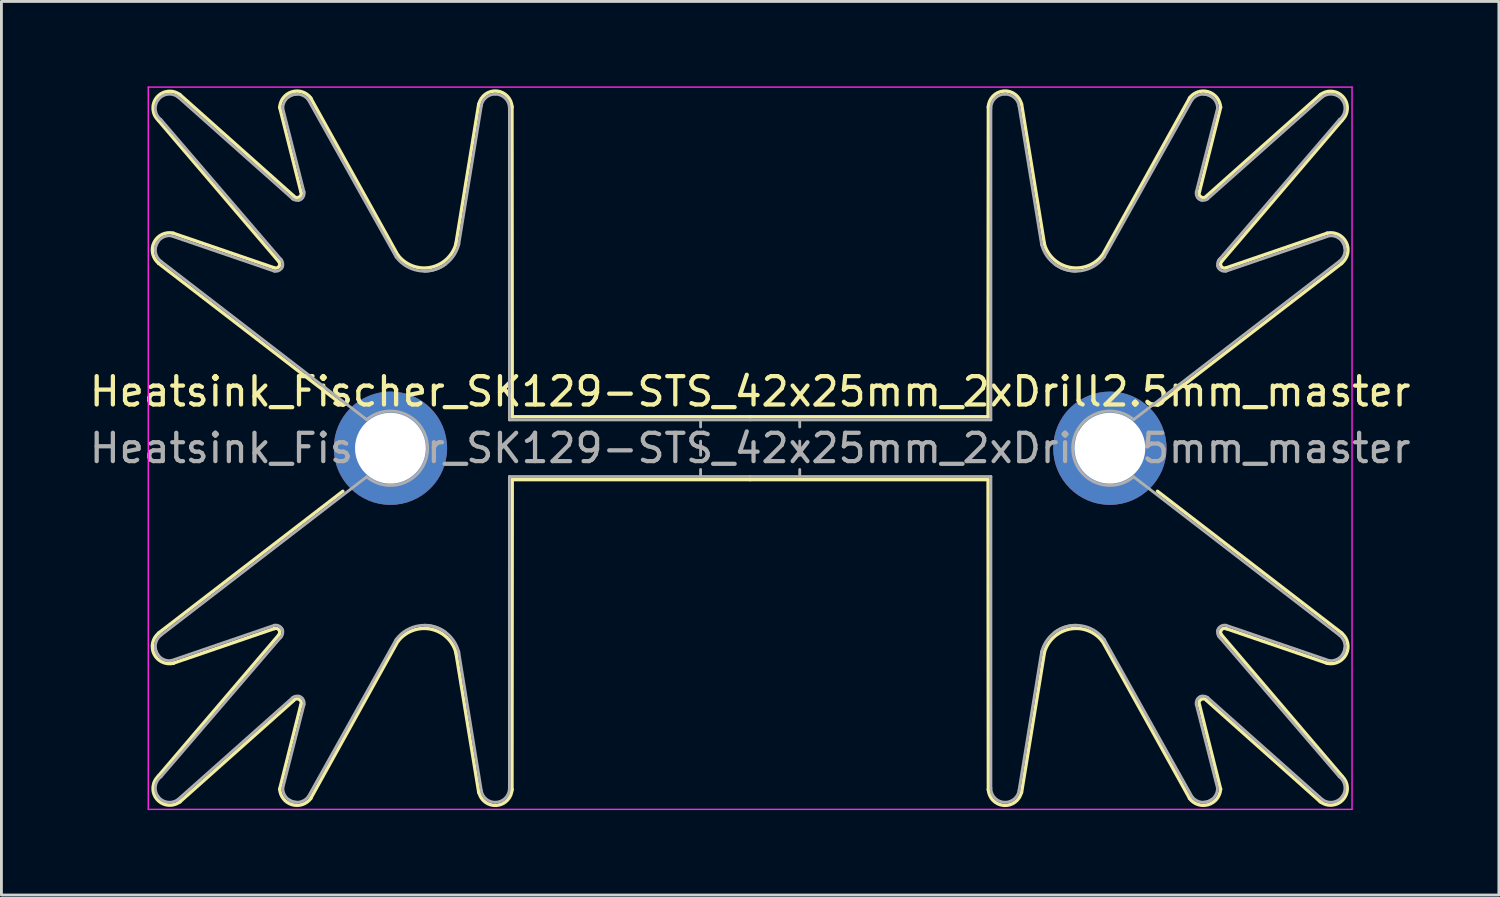
<source format=kicad_pcb>
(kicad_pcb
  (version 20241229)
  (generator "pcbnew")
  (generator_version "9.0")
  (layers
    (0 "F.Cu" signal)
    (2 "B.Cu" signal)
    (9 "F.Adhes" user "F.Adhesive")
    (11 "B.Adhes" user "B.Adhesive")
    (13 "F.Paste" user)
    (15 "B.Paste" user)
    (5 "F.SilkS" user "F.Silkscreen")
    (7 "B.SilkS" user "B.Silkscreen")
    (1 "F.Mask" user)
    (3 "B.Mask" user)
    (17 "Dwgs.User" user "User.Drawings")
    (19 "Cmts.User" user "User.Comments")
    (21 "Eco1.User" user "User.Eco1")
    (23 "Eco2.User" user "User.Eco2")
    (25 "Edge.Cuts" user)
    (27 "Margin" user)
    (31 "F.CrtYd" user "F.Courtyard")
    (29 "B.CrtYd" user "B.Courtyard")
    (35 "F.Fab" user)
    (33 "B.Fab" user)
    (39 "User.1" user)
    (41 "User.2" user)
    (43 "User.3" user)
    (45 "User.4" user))
  (footprint "Heatsink_Fischer_SK129-STS_42x25mm_2xDrill2.5mm_master"
    (layer "F.Cu")
    (at 23.435 12.775)
    (property "Reference" "Heatsink_Fischer_SK129-STS_42x25mm_2xDrill2.5mm_master" (at 0 -2 0) (layer "F.SilkS") (effects (font (size 1 1) (thickness 0.15))))
    (attr through_hole)
    (fp_line (start -20.89 -11.57) (end -16.64 -6.59) (stroke (width 0.12) (type solid)) (layer "F.SilkS"))
    (fp_line (start -20.89 -6.53) (end -14.38 -1.52) (stroke (width 0.12) (type solid)) (layer "F.SilkS"))
    (fp_line (start -20.89 6.53) (end -14.38 1.52) (stroke (width 0.12) (type solid)) (layer "F.SilkS"))
    (fp_line (start -20.89 11.57) (end -16.64 6.59) (stroke (width 0.12) (type solid)) (layer "F.SilkS"))
    (fp_line (start -16.81 -6.37) (end -20.37 -7.59) (stroke (width 0.12) (type solid)) (layer "F.SilkS"))
    (fp_line (start -16.81 6.37) (end -20.37 7.59) (stroke (width 0.12) (type solid)) (layer "F.SilkS"))
    (fp_line (start -16.61 -12.04) (end -15.86 -9.05) (stroke (width 0.12) (type solid)) (layer "F.SilkS"))
    (fp_line (start -16.61 12.04) (end -15.86 9.05) (stroke (width 0.12) (type solid)) (layer "F.SilkS"))
    (fp_line (start -16.11 -8.9) (end -20.14 -12.49) (stroke (width 0.12) (type solid)) (layer "F.SilkS"))
    (fp_line (start -16.11 8.9) (end -20.14 12.49) (stroke (width 0.12) (type solid)) (layer "F.SilkS"))
    (fp_line (start -12.43 -6.8) (end -15.52 -12.37) (stroke (width 0.12) (type solid)) (layer "F.SilkS"))
    (fp_line (start -12.43 6.8) (end -15.52 12.37) (stroke (width 0.12) (type solid)) (layer "F.SilkS"))
    (fp_line (start -9.58 -12.16) (end -10.39 -7.2) (stroke (width 0.12) (type solid)) (layer "F.SilkS"))
    (fp_line (start -9.58 12.16) (end -10.39 7.2) (stroke (width 0.12) (type solid)) (layer "F.SilkS"))
    (fp_line (start -8.41 -12.07) (end -8.4 -1.11) (stroke (width 0.12) (type solid)) (layer "F.SilkS"))
    (fp_line (start -8.41 12.07) (end -8.4 1.11) (stroke (width 0.12) (type solid)) (layer "F.SilkS"))
    (fp_line (start -8.4 -1.11) (end 0 -1.11) (stroke (width 0.12) (type solid)) (layer "F.SilkS"))
    (fp_line (start -8.4 1.11) (end 0 1.11) (stroke (width 0.12) (type solid)) (layer "F.SilkS"))
    (fp_line (start 8.4 -1.11) (end 0 -1.11) (stroke (width 0.12) (type solid)) (layer "F.SilkS"))
    (fp_line (start 8.4 1.11) (end 0 1.11) (stroke (width 0.12) (type solid)) (layer "F.SilkS"))
    (fp_line (start 8.41 -12.07) (end 8.4 -1.11) (stroke (width 0.12) (type solid)) (layer "F.SilkS"))
    (fp_line (start 8.41 12.07) (end 8.4 1.11) (stroke (width 0.12) (type solid)) (layer "F.SilkS"))
    (fp_line (start 9.58 -12.16) (end 10.39 -7.2) (stroke (width 0.12) (type solid)) (layer "F.SilkS"))
    (fp_line (start 9.58 12.16) (end 10.39 7.2) (stroke (width 0.12) (type solid)) (layer "F.SilkS"))
    (fp_line (start 12.43 -6.8) (end 15.52 -12.37) (stroke (width 0.12) (type solid)) (layer "F.SilkS"))
    (fp_line (start 12.43 6.8) (end 15.52 12.37) (stroke (width 0.12) (type solid)) (layer "F.SilkS"))
    (fp_line (start 16.11 -8.9) (end 20.14 -12.49) (stroke (width 0.12) (type solid)) (layer "F.SilkS"))
    (fp_line (start 16.11 8.9) (end 20.14 12.49) (stroke (width 0.12) (type solid)) (layer "F.SilkS"))
    (fp_line (start 16.61 -12.04) (end 15.86 -9.05) (stroke (width 0.12) (type solid)) (layer "F.SilkS"))
    (fp_line (start 16.61 12.04) (end 15.86 9.05) (stroke (width 0.12) (type solid)) (layer "F.SilkS"))
    (fp_line (start 16.81 -6.37) (end 20.37 -7.59) (stroke (width 0.12) (type solid)) (layer "F.SilkS"))
    (fp_line (start 16.81 6.37) (end 20.37 7.59) (stroke (width 0.12) (type solid)) (layer "F.SilkS"))
    (fp_line (start 20.89 -11.57) (end 16.64 -6.59) (stroke (width 0.12) (type solid)) (layer "F.SilkS"))
    (fp_line (start 20.89 -6.53) (end 14.38 -1.52) (stroke (width 0.12) (type solid)) (layer "F.SilkS"))
    (fp_line (start 20.89 6.53) (end 14.38 1.52) (stroke (width 0.12) (type solid)) (layer "F.SilkS"))
    (fp_line (start 20.89 11.57) (end 16.64 6.59) (stroke (width 0.12) (type solid)) (layer "F.SilkS"))
    (fp_arc (start -20.883567 -11.569995) (mid -20.940157 -12.391914) (end -20.12 -12.47) (stroke (width 0.12) (type solid)) (layer "F.SilkS"))
    (fp_arc (start -20.88201 -6.529077) (mid -21.044088 -7.26771) (end -20.36 -7.59) (stroke (width 0.12) (type solid)) (layer "F.SilkS"))
    (fp_arc (start -20.36 7.59) (mid -21.044305 7.267269) (end -20.881246 6.528459) (stroke (width 0.12) (type solid)) (layer "F.SilkS"))
    (fp_arc (start -20.12 12.47) (mid -20.940246 12.391809) (end -20.883361 11.56981) (stroke (width 0.12) (type solid)) (layer "F.SilkS"))
    (fp_arc (start -16.81 6.37) (mid -16.635916 6.413485) (end -16.641006 6.592846) (stroke (width 0.12) (type solid)) (layer "F.SilkS"))
    (fp_arc (start -16.641005 -6.592844) (mid -16.635917 -6.413484) (end -16.81 -6.37) (stroke (width 0.12) (type solid)) (layer "F.SilkS"))
    (fp_arc (start -16.607253 -12.030714) (mid -16.174769 -12.58237) (end -15.51 -12.36) (stroke (width 0.12) (type solid)) (layer "F.SilkS"))
    (fp_arc (start -16.11 8.89) (mid -15.907388 8.875008) (end -15.862738 9.073206) (stroke (width 0.12) (type solid)) (layer "F.SilkS"))
    (fp_arc (start -15.862646 -9.073033) (mid -15.907467 -8.87495) (end -16.11 -8.89) (stroke (width 0.12) (type solid)) (layer "F.SilkS"))
    (fp_arc (start -15.51 12.36) (mid -16.175176 12.582248) (end -16.607296 12.029866) (stroke (width 0.12) (type solid)) (layer "F.SilkS"))
    (fp_arc (start -12.43 6.81) (mid -11.270695 6.386526) (end -10.37849 7.239338) (stroke (width 0.12) (type solid)) (layer "F.SilkS"))
    (fp_arc (start -10.378725 -7.238423) (mid -11.271157 -6.386429) (end -12.43 -6.81) (stroke (width 0.12) (type solid)) (layer "F.SilkS"))
    (fp_arc (start -9.578367 -12.138285) (mid -8.950514 -12.608261) (end -8.41 -12.04) (stroke (width 0.12) (type solid)) (layer "F.SilkS"))
    (fp_arc (start -8.41 12.04) (mid -8.950833 12.608288) (end -9.578495 12.137659) (stroke (width 0.12) (type solid)) (layer "F.SilkS"))
    (fp_arc (start 8.41 -12.04) (mid 8.950833 -12.608288) (end 9.578495 -12.137659) (stroke (width 0.12) (type solid)) (layer "F.SilkS"))
    (fp_arc (start 9.578367 12.138285) (mid 8.950514 12.608261) (end 8.41 12.04) (stroke (width 0.12) (type solid)) (layer "F.SilkS"))
    (fp_arc (start 10.378725 7.238423) (mid 11.271157 6.386429) (end 12.43 6.81) (stroke (width 0.12) (type solid)) (layer "F.SilkS"))
    (fp_arc (start 12.43 -6.81) (mid 11.270695 -6.386526) (end 10.37849 -7.239338) (stroke (width 0.12) (type solid)) (layer "F.SilkS"))
    (fp_arc (start 15.51 -12.36) (mid 16.175176 -12.582248) (end 16.607296 -12.029866) (stroke (width 0.12) (type solid)) (layer "F.SilkS"))
    (fp_arc (start 15.862646 9.073033) (mid 15.907467 8.87495) (end 16.11 8.89) (stroke (width 0.12) (type solid)) (layer "F.SilkS"))
    (fp_arc (start 16.11 -8.89) (mid 15.907388 -8.875008) (end 15.862738 -9.073206) (stroke (width 0.12) (type solid)) (layer "F.SilkS"))
    (fp_arc (start 16.607253 12.030714) (mid 16.174769 12.58237) (end 15.51 12.36) (stroke (width 0.12) (type solid)) (layer "F.SilkS"))
    (fp_arc (start 16.641005 6.592844) (mid 16.635917 6.413484) (end 16.81 6.37) (stroke (width 0.12) (type solid)) (layer "F.SilkS"))
    (fp_arc (start 16.81 -6.37) (mid 16.635916 -6.413485) (end 16.641006 -6.592846) (stroke (width 0.12) (type solid)) (layer "F.SilkS"))
    (fp_arc (start 20.12 -12.47) (mid 20.940246 -12.391809) (end 20.883361 -11.56981) (stroke (width 0.12) (type solid)) (layer "F.SilkS"))
    (fp_arc (start 20.36 -7.59) (mid 21.044305 -7.267269) (end 20.881246 -6.528459) (stroke (width 0.12) (type solid)) (layer "F.SilkS"))
    (fp_arc (start 20.88201 6.529077) (mid 21.044088 7.26771) (end 20.36 7.59) (stroke (width 0.12) (type solid)) (layer "F.SilkS"))
    (fp_arc (start 20.883567 11.569995) (mid 20.940157 12.391914) (end 20.12 12.47) (stroke (width 0.12) (type solid)) (layer "F.SilkS"))
    (fp_line (start -21.25 -12.75) (end -21.25 12.75) (stroke (width 0.05) (type solid)) (layer "F.CrtYd"))
    (fp_line (start -21.25 -12.75) (end 21.25 -12.75) (stroke (width 0.05) (type solid)) (layer "F.CrtYd"))
    (fp_line (start 21.25 12.75) (end -21.25 12.75) (stroke (width 0.05) (type solid)) (layer "F.CrtYd"))
    (fp_line (start 21.25 12.75) (end 21.25 -12.75) (stroke (width 0.05) (type solid)) (layer "F.CrtYd"))
    (fp_line (start -20.8 -6.6) (end -13.54 -1.01) (stroke (width 0.1) (type solid)) (layer "F.Fab"))
    (fp_line (start -20.8 6.6) (end -13.54 1.01) (stroke (width 0.1) (type solid)) (layer "F.Fab"))
    (fp_line (start -16.8 -6.25) (end -20.45 -7.5) (stroke (width 0.1) (type solid)) (layer "F.Fab"))
    (fp_line (start -16.8 6.25) (end -20.45 7.5) (stroke (width 0.1) (type solid)) (layer "F.Fab"))
    (fp_line (start -16.55 -6.65) (end -20.8 -11.6) (stroke (width 0.1) (type solid)) (layer "F.Fab"))
    (fp_line (start -16.55 6.65) (end -20.8 11.6) (stroke (width 0.1) (type solid)) (layer "F.Fab"))
    (fp_line (start -16.5 -12) (end -15.75 -9.05) (stroke (width 0.1) (type solid)) (layer "F.Fab"))
    (fp_line (start -16.5 12) (end -15.75 9.05) (stroke (width 0.1) (type solid)) (layer "F.Fab"))
    (fp_line (start -16.15 -8.8) (end -20.2 -12.4) (stroke (width 0.1) (type solid)) (layer "F.Fab"))
    (fp_line (start -16.15 8.8) (end -20.2 12.4) (stroke (width 0.1) (type solid)) (layer "F.Fab"))
    (fp_line (start -12.5 -6.75) (end -15.6 -12.3) (stroke (width 0.1) (type solid)) (layer "F.Fab"))
    (fp_line (start -12.5 6.75) (end -15.6 12.3) (stroke (width 0.1) (type solid)) (layer "F.Fab"))
    (fp_line (start -9.49 -12.09) (end -10.29 -7.18) (stroke (width 0.1) (type solid)) (layer "F.Fab"))
    (fp_line (start -9.49 12.09) (end -10.29 7.18) (stroke (width 0.1) (type solid)) (layer "F.Fab"))
    (fp_line (start -8.5 -12) (end -8.5 -1) (stroke (width 0.1) (type solid)) (layer "F.Fab"))
    (fp_line (start -8.5 12) (end -8.5 1) (stroke (width 0.1) (type solid)) (layer "F.Fab"))
    (fp_line (start -1.75 -1) (end -1.75 -0.75) (stroke (width 0.1) (type solid)) (layer "F.Fab"))
    (fp_line (start -1.75 -0.25) (end -1.75 0.25) (stroke (width 0.1) (type solid)) (layer "F.Fab"))
    (fp_line (start -1.75 1) (end -1.75 0.75) (stroke (width 0.1) (type solid)) (layer "F.Fab"))
    (fp_line (start 0 -1) (end -8.5 -1) (stroke (width 0.1) (type solid)) (layer "F.Fab"))
    (fp_line (start 0 -1) (end 8.5 -1) (stroke (width 0.1) (type solid)) (layer "F.Fab"))
    (fp_line (start 0 1) (end -8.5 1) (stroke (width 0.1) (type solid)) (layer "F.Fab"))
    (fp_line (start 0 1) (end 8.5 1) (stroke (width 0.1) (type solid)) (layer "F.Fab"))
    (fp_line (start 1.75 -1) (end 1.75 -0.75) (stroke (width 0.1) (type solid)) (layer "F.Fab"))
    (fp_line (start 1.75 -0.25) (end 1.75 0.25) (stroke (width 0.1) (type solid)) (layer "F.Fab"))
    (fp_line (start 1.75 0.75) (end 1.75 1) (stroke (width 0.1) (type solid)) (layer "F.Fab"))
    (fp_line (start 8.5 -12) (end 8.5 -1) (stroke (width 0.1) (type solid)) (layer "F.Fab"))
    (fp_line (start 8.5 12) (end 8.5 1) (stroke (width 0.1) (type solid)) (layer "F.Fab"))
    (fp_line (start 9.49 -12.09) (end 10.29 -7.18) (stroke (width 0.1) (type solid)) (layer "F.Fab"))
    (fp_line (start 9.49 12.09) (end 10.29 7.18) (stroke (width 0.1) (type solid)) (layer "F.Fab"))
    (fp_line (start 12.5 -6.75) (end 15.6 -12.3) (stroke (width 0.1) (type solid)) (layer "F.Fab"))
    (fp_line (start 12.5 6.75) (end 15.6 12.3) (stroke (width 0.1) (type solid)) (layer "F.Fab"))
    (fp_line (start 16.15 -8.8) (end 20.2 -12.4) (stroke (width 0.1) (type solid)) (layer "F.Fab"))
    (fp_line (start 16.15 8.8) (end 20.2 12.4) (stroke (width 0.1) (type solid)) (layer "F.Fab"))
    (fp_line (start 16.5 -12) (end 15.75 -9.05) (stroke (width 0.1) (type solid)) (layer "F.Fab"))
    (fp_line (start 16.5 12) (end 15.75 9.05) (stroke (width 0.1) (type solid)) (layer "F.Fab"))
    (fp_line (start 16.55 -6.65) (end 20.8 -11.6) (stroke (width 0.1) (type solid)) (layer "F.Fab"))
    (fp_line (start 16.55 6.65) (end 20.8 11.6) (stroke (width 0.1) (type solid)) (layer "F.Fab"))
    (fp_line (start 16.8 -6.25) (end 20.45 -7.5) (stroke (width 0.1) (type solid)) (layer "F.Fab"))
    (fp_line (start 16.8 6.25) (end 20.45 7.5) (stroke (width 0.1) (type solid)) (layer "F.Fab"))
    (fp_line (start 20.8 -6.6) (end 13.54 -1.01) (stroke (width 0.1) (type solid)) (layer "F.Fab"))
    (fp_line (start 20.8 6.6) (end 13.54 1.01) (stroke (width 0.1) (type solid)) (layer "F.Fab"))
    (fp_arc (start -21 -7.05) (mid -20.818198 -7.388909) (end -20.45 -7.5) (stroke (width 0.1) (type solid)) (layer "F.Fab"))
    (fp_arc (start -20.9 -12.3) (mid -20.570711 -12.494975) (end -20.2 -12.4) (stroke (width 0.1) (type solid)) (layer "F.Fab"))
    (fp_arc (start -20.9 7.3) (mid -20.994975 6.929289) (end -20.8 6.6) (stroke (width 0.1) (type solid)) (layer "F.Fab"))
    (fp_arc (start -20.9 12.3) (mid -20.994975 11.929289) (end -20.8 11.6) (stroke (width 0.1) (type solid)) (layer "F.Fab"))
    (fp_arc (start -20.8 -11.6) (mid -20.994975 -11.929289) (end -20.9 -12.3) (stroke (width 0.1) (type solid)) (layer "F.Fab"))
    (fp_arc (start -20.8 -6.6) (mid -20.994975 -6.929289) (end -20.9 -7.3) (stroke (width 0.1) (type solid)) (layer "F.Fab"))
    (fp_arc (start -20.45 7.5) (mid -20.818198 7.388909) (end -21 7.05) (stroke (width 0.1) (type solid)) (layer "F.Fab"))
    (fp_arc (start -20.2 12.4) (mid -20.570711 12.494975) (end -20.9 12.3) (stroke (width 0.1) (type solid)) (layer "F.Fab"))
    (fp_arc (start -16.8 6.25) (mid -16.608579 6.287868) (end -16.5 6.45) (stroke (width 0.1) (type solid)) (layer "F.Fab"))
    (fp_arc (start -16.6 -6.7) (mid -16.502513 -6.535355) (end -16.55 -6.35) (stroke (width 0.1) (type solid)) (layer "F.Fab"))
    (fp_arc (start -16.55 6.35) (mid -16.502513 6.535355) (end -16.6 6.7) (stroke (width 0.1) (type solid)) (layer "F.Fab"))
    (fp_arc (start -16.5 -12) (mid -16.353553 -12.353553) (end -16 -12.5) (stroke (width 0.1) (type solid)) (layer "F.Fab"))
    (fp_arc (start -16.5 -6.45) (mid -16.608579 -6.287868) (end -16.8 -6.25) (stroke (width 0.1) (type solid)) (layer "F.Fab"))
    (fp_arc (start -16.3 -12.4) (mid -15.929289 -12.494975) (end -15.6 -12.3) (stroke (width 0.1) (type solid)) (layer "F.Fab"))
    (fp_arc (start -16.15 8.8) (mid -15.964645 8.752513) (end -15.8 8.85) (stroke (width 0.1) (type solid)) (layer "F.Fab"))
    (fp_arc (start -16 12.5) (mid -16.353553 12.353553) (end -16.5 12) (stroke (width 0.1) (type solid)) (layer "F.Fab"))
    (fp_arc (start -15.95 8.75) (mid -15.787868 8.858579) (end -15.75 9.05) (stroke (width 0.1) (type solid)) (layer "F.Fab"))
    (fp_arc (start -15.8 -8.85) (mid -15.964645 -8.752513) (end -16.15 -8.8) (stroke (width 0.1) (type solid)) (layer "F.Fab"))
    (fp_arc (start -15.75 -9.05) (mid -15.787868 -8.858579) (end -15.95 -8.75) (stroke (width 0.1) (type solid)) (layer "F.Fab"))
    (fp_arc (start -15.6 12.3) (mid -15.929289 12.494975) (end -16.3 12.4) (stroke (width 0.1) (type solid)) (layer "F.Fab"))
    (fp_arc (start -13.54 -1.01) (mid -11.386341 0.000006) (end -13.54001 1.009992) (stroke (width 0.1) (type solid)) (layer "F.Fab"))
    (fp_arc (start -12.5 6.75) (mid -11.676777 6.262563) (end -10.75 6.5) (stroke (width 0.1) (type solid)) (layer "F.Fab"))
    (fp_arc (start -11.5 6.25) (mid -10.725943 6.518504) (end -10.284425 7.208664) (stroke (width 0.1) (type solid)) (layer "F.Fab"))
    (fp_arc (start -10.75 -6.5) (mid -11.676777 -6.262563) (end -12.5 -6.75) (stroke (width 0.1) (type solid)) (layer "F.Fab"))
    (fp_arc (start -10.284538 -7.208193) (mid -10.726133 -6.518354) (end -11.5 -6.25) (stroke (width 0.1) (type solid)) (layer "F.Fab"))
    (fp_arc (start -9.493428 -12.080802) (mid -9.323728 -12.381052) (end -9 -12.5) (stroke (width 0.1) (type solid)) (layer "F.Fab"))
    (fp_arc (start -9 -12.5) (mid -8.646447 -12.353553) (end -8.5 -12) (stroke (width 0.1) (type solid)) (layer "F.Fab"))
    (fp_arc (start -9 12.5) (mid -9.323819 12.380974) (end -9.493467 12.080565) (stroke (width 0.1) (type solid)) (layer "F.Fab"))
    (fp_arc (start -8.5 12) (mid -8.646447 12.353553) (end -9 12.5) (stroke (width 0.1) (type solid)) (layer "F.Fab"))
    (fp_arc (start 8.5 -12) (mid 8.646447 -12.353553) (end 9 -12.5) (stroke (width 0.1) (type solid)) (layer "F.Fab"))
    (fp_arc (start 9 -12.5) (mid 9.323819 -12.380974) (end 9.493467 -12.080565) (stroke (width 0.1) (type solid)) (layer "F.Fab"))
    (fp_arc (start 9 12.5) (mid 8.646447 12.353553) (end 8.5 12) (stroke (width 0.1) (type solid)) (layer "F.Fab"))
    (fp_arc (start 9.493428 12.080802) (mid 9.323728 12.381052) (end 9 12.5) (stroke (width 0.1) (type solid)) (layer "F.Fab"))
    (fp_arc (start 10.284538 7.208193) (mid 10.726133 6.518354) (end 11.5 6.25) (stroke (width 0.1) (type solid)) (layer "F.Fab"))
    (fp_arc (start 10.75 6.5) (mid 11.676777 6.262563) (end 12.5 6.75) (stroke (width 0.1) (type solid)) (layer "F.Fab"))
    (fp_arc (start 11.5 -6.25) (mid 10.725943 -6.518504) (end 10.284425 -7.208664) (stroke (width 0.1) (type solid)) (layer "F.Fab"))
    (fp_arc (start 12.5 -6.75) (mid 11.676777 -6.262563) (end 10.75 -6.5) (stroke (width 0.1) (type solid)) (layer "F.Fab"))
    (fp_arc (start 13.54 1.01) (mid 11.386341 -0.000006) (end 13.54001 -1.009992) (stroke (width 0.1) (type solid)) (layer "F.Fab"))
    (fp_arc (start 15.6 -12.3) (mid 15.929289 -12.494975) (end 16.3 -12.4) (stroke (width 0.1) (type solid)) (layer "F.Fab"))
    (fp_arc (start 15.75 9.05) (mid 15.787868 8.858579) (end 15.95 8.75) (stroke (width 0.1) (type solid)) (layer "F.Fab"))
    (fp_arc (start 15.8 8.85) (mid 15.964645 8.752513) (end 16.15 8.8) (stroke (width 0.1) (type solid)) (layer "F.Fab"))
    (fp_arc (start 15.95 -8.75) (mid 15.787868 -8.858579) (end 15.75 -9.05) (stroke (width 0.1) (type solid)) (layer "F.Fab"))
    (fp_arc (start 16 -12.5) (mid 16.353553 -12.353553) (end 16.5 -12) (stroke (width 0.1) (type solid)) (layer "F.Fab"))
    (fp_arc (start 16.15 -8.8) (mid 15.964645 -8.752513) (end 15.8 -8.85) (stroke (width 0.1) (type solid)) (layer "F.Fab"))
    (fp_arc (start 16.3 12.4) (mid 15.929289 12.494975) (end 15.6 12.3) (stroke (width 0.1) (type solid)) (layer "F.Fab"))
    (fp_arc (start 16.5 6.45) (mid 16.608579 6.287868) (end 16.8 6.25) (stroke (width 0.1) (type solid)) (layer "F.Fab"))
    (fp_arc (start 16.5 12) (mid 16.353553 12.353553) (end 16 12.5) (stroke (width 0.1) (type solid)) (layer "F.Fab"))
    (fp_arc (start 16.55 -6.35) (mid 16.502513 -6.535355) (end 16.6 -6.7) (stroke (width 0.1) (type solid)) (layer "F.Fab"))
    (fp_arc (start 16.6 6.7) (mid 16.502513 6.535355) (end 16.55 6.35) (stroke (width 0.1) (type solid)) (layer "F.Fab"))
    (fp_arc (start 16.8 -6.25) (mid 16.608579 -6.287868) (end 16.5 -6.45) (stroke (width 0.1) (type solid)) (layer "F.Fab"))
    (fp_arc (start 20.2 -12.4) (mid 20.570711 -12.494975) (end 20.9 -12.3) (stroke (width 0.1) (type solid)) (layer "F.Fab"))
    (fp_arc (start 20.45 -7.5) (mid 20.818198 -7.388909) (end 21 -7.05) (stroke (width 0.1) (type solid)) (layer "F.Fab"))
    (fp_arc (start 20.8 6.6) (mid 20.994975 6.929289) (end 20.9 7.3) (stroke (width 0.1) (type solid)) (layer "F.Fab"))
    (fp_arc (start 20.8 11.6) (mid 20.994975 11.929289) (end 20.9 12.3) (stroke (width 0.1) (type solid)) (layer "F.Fab"))
    (fp_arc (start 20.9 -12.3) (mid 20.994975 -11.929289) (end 20.8 -11.6) (stroke (width 0.1) (type solid)) (layer "F.Fab"))
    (fp_arc (start 20.9 -7.3) (mid 20.994975 -6.929289) (end 20.8 -6.6) (stroke (width 0.1) (type solid)) (layer "F.Fab"))
    (fp_arc (start 20.9 12.3) (mid 20.570711 12.494975) (end 20.2 12.4) (stroke (width 0.1) (type solid)) (layer "F.Fab"))
    (fp_arc (start 21 7.05) (mid 20.818198 7.388909) (end 20.45 7.5) (stroke (width 0.1) (type solid)) (layer "F.Fab"))
    (fp_text user "${REFERENCE}" (at 0 0 0) (layer "F.Fab") (effects (font (size 1 1) (thickness 0.15))))
    (pad "1" thru_hole circle (at -12.7 0 180) (size 4 4) (drill 2.5) (layers "*.Cu" "*.Mask"))
    (pad "1" thru_hole circle (at 12.7 0) (size 4 4) (drill 2.5) (layers "*.Cu" "*.Mask")))
  (gr_rect
    (start -3 -3)
    (end 49.869 28.55)
    (stroke (width 0.1) (type default))
    (fill no)
    (layer "Edge.Cuts")))
</source>
